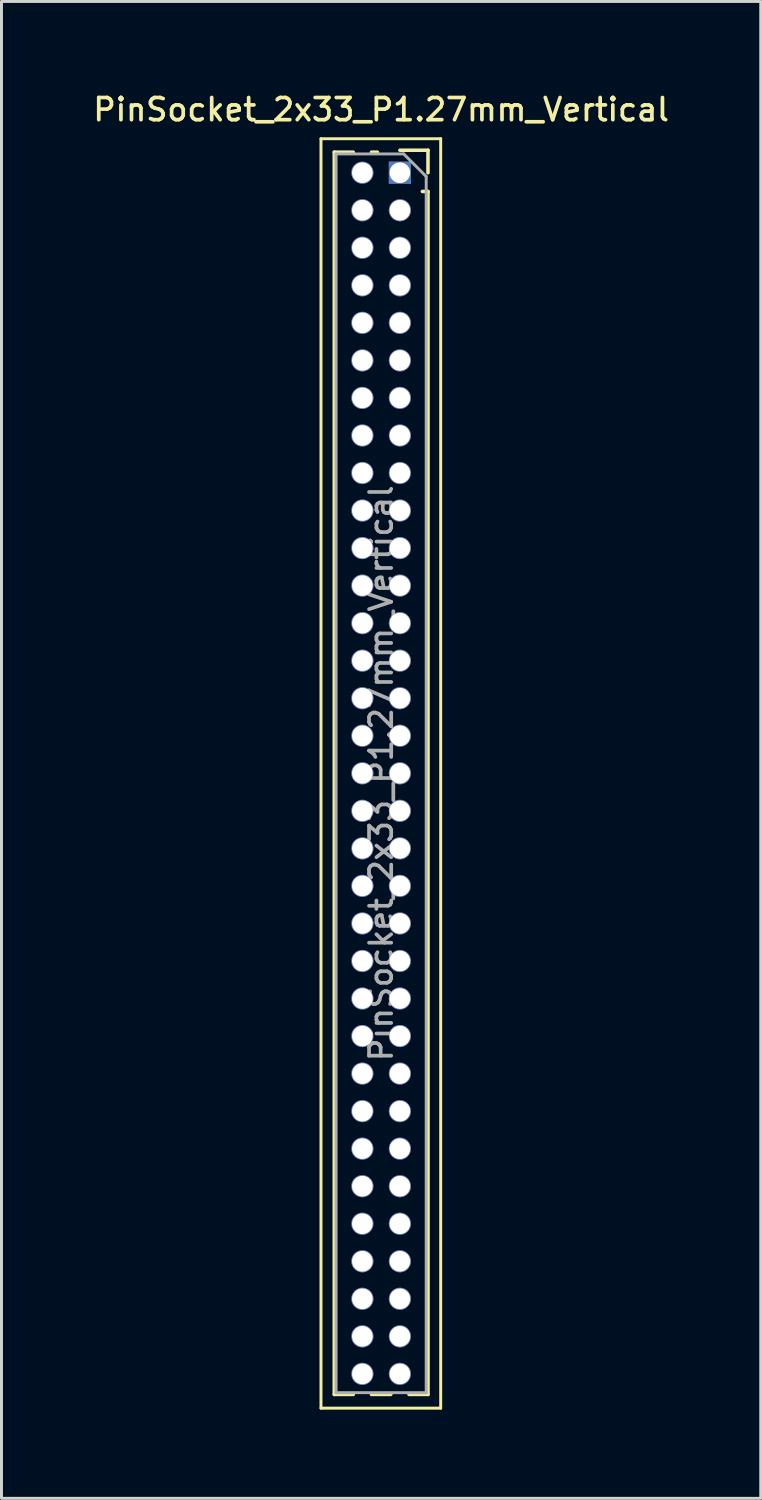
<source format=kicad_pcb>
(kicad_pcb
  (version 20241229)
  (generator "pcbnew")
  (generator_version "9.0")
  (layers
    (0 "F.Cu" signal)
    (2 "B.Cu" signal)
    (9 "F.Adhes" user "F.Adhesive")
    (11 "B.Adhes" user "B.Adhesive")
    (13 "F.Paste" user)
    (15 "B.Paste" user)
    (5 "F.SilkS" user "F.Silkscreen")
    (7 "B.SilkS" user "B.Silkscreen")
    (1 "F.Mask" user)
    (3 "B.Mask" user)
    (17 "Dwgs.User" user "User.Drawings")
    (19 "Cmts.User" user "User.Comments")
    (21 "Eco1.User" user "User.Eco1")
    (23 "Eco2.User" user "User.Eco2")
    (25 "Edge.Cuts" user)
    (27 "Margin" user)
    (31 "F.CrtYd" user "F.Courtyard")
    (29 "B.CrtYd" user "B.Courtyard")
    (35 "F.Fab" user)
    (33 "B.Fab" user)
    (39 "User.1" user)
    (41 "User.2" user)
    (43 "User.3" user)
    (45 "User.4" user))
  (footprint "PinSocket_2x33_P1.27mm_Vertical"
    (layer "F.Cu")
    (at 10.48 2.793)
    (property "Reference" "PinSocket_2x33_P1.27mm_Vertical" (at -0.635 -2.135 0) (layer "F.SilkS") (effects (font (size 0.75 0.75) (thickness 0.125))))
    (attr through_hole)
    (fp_line (start -2.67 -1.15) (end 1.38 -1.15) (stroke (width 0.1) (type solid)) (layer "F.SilkS"))
    (fp_line (start -2.67 41.8) (end -2.67 -1.15) (stroke (width 0.1) (type solid)) (layer "F.SilkS"))
    (fp_line (start -2.22 -0.695) (end -2.22 41.335) (stroke (width 0.12) (type solid)) (layer "F.SilkS"))
    (fp_line (start -2.22 -0.695) (end -1.578 -0.695) (stroke (width 0.12) (type solid)) (layer "F.SilkS"))
    (fp_line (start -2.22 41.335) (end -1.578 41.335) (stroke (width 0.12) (type solid)) (layer "F.SilkS"))
    (fp_line (start -0.962 -0.695) (end -0.76 -0.695) (stroke (width 0.12) (type solid)) (layer "F.SilkS"))
    (fp_line (start -0.962 41.335) (end -0.308 41.335) (stroke (width 0.12) (type solid)) (layer "F.SilkS"))
    (fp_line (start 0 -0.76) (end 0.95 -0.76) (stroke (width 0.12) (type solid)) (layer "F.SilkS"))
    (fp_line (start 0.308 41.335) (end 0.95 41.335) (stroke (width 0.12) (type solid)) (layer "F.SilkS"))
    (fp_line (start 0.76 0.635) (end 0.95 0.635) (stroke (width 0.12) (type solid)) (layer "F.SilkS"))
    (fp_line (start 0.95 -0.76) (end 0.95 0) (stroke (width 0.12) (type solid)) (layer "F.SilkS"))
    (fp_line (start 0.95 0.635) (end 0.95 41.335) (stroke (width 0.12) (type solid)) (layer "F.SilkS"))
    (fp_line (start 1.38 -1.15) (end 1.38 41.8) (stroke (width 0.1) (type solid)) (layer "F.SilkS"))
    (fp_line (start 1.38 41.8) (end -2.67 41.8) (stroke (width 0.1) (type solid)) (layer "F.SilkS"))
    (fp_line (start -2.16 -0.635) (end 0.128 -0.635) (stroke (width 0.1) (type solid)) (layer "F.Fab"))
    (fp_line (start -2.16 41.275) (end -2.16 -0.635) (stroke (width 0.1) (type solid)) (layer "F.Fab"))
    (fp_line (start 0.128 -0.635) (end 0.89 0.128) (stroke (width 0.1) (type solid)) (layer "F.Fab"))
    (fp_line (start 0.89 0.128) (end 0.89 41.275) (stroke (width 0.1) (type solid)) (layer "F.Fab"))
    (fp_line (start 0.89 41.275) (end -2.16 41.275) (stroke (width 0.1) (type solid)) (layer "F.Fab"))
    (fp_text user "${REFERENCE}" (at -0.635 20.32 90) (layer "F.Fab") (effects (font (size 0.75 0.75) (thickness 0.125))))
    (pad "1" thru_hole rect (at 0 0) (size 0.75 0.75) (drill 0.7) (layers "*.Cu" "*.Mask"))
    (pad "2" thru_hole oval (at -1.27 0) (size 0.75 0.75) (drill 0.7) (layers "*.Cu" "*.Mask"))
    (pad "3" thru_hole oval (at 0 1.27) (size 0.75 0.75) (drill 0.7) (layers "*.Cu" "*.Mask"))
    (pad "4" thru_hole oval (at -1.27 1.27) (size 0.75 0.75) (drill 0.7) (layers "*.Cu" "*.Mask"))
    (pad "5" thru_hole oval (at 0 2.54) (size 0.75 0.75) (drill 0.7) (layers "*.Cu" "*.Mask"))
    (pad "6" thru_hole oval (at -1.27 2.54) (size 0.75 0.75) (drill 0.7) (layers "*.Cu" "*.Mask"))
    (pad "7" thru_hole oval (at 0 3.81) (size 0.75 0.75) (drill 0.7) (layers "*.Cu" "*.Mask"))
    (pad "8" thru_hole oval (at -1.27 3.81) (size 0.75 0.75) (drill 0.7) (layers "*.Cu" "*.Mask"))
    (pad "9" thru_hole oval (at 0 5.08) (size 0.75 0.75) (drill 0.7) (layers "*.Cu" "*.Mask"))
    (pad "10" thru_hole oval (at -1.27 5.08) (size 0.75 0.75) (drill 0.7) (layers "*.Cu" "*.Mask"))
    (pad "11" thru_hole oval (at 0 6.35) (size 0.75 0.75) (drill 0.7) (layers "*.Cu" "*.Mask"))
    (pad "12" thru_hole oval (at -1.27 6.35) (size 0.75 0.75) (drill 0.7) (layers "*.Cu" "*.Mask"))
    (pad "13" thru_hole oval (at 0 7.62) (size 0.75 0.75) (drill 0.7) (layers "*.Cu" "*.Mask"))
    (pad "14" thru_hole oval (at -1.27 7.62) (size 0.75 0.75) (drill 0.7) (layers "*.Cu" "*.Mask"))
    (pad "15" thru_hole oval (at 0 8.89) (size 0.75 0.75) (drill 0.7) (layers "*.Cu" "*.Mask"))
    (pad "16" thru_hole oval (at -1.27 8.89) (size 0.75 0.75) (drill 0.7) (layers "*.Cu" "*.Mask"))
    (pad "17" thru_hole oval (at 0 10.16) (size 0.75 0.75) (drill 0.7) (layers "*.Cu" "*.Mask"))
    (pad "18" thru_hole oval (at -1.27 10.16) (size 0.75 0.75) (drill 0.7) (layers "*.Cu" "*.Mask"))
    (pad "19" thru_hole oval (at 0 11.43) (size 0.75 0.75) (drill 0.7) (layers "*.Cu" "*.Mask"))
    (pad "20" thru_hole oval (at -1.27 11.43) (size 0.75 0.75) (drill 0.7) (layers "*.Cu" "*.Mask"))
    (pad "21" thru_hole oval (at 0 12.7) (size 0.75 0.75) (drill 0.7) (layers "*.Cu" "*.Mask"))
    (pad "22" thru_hole oval (at -1.27 12.7) (size 0.75 0.75) (drill 0.7) (layers "*.Cu" "*.Mask"))
    (pad "23" thru_hole oval (at 0 13.97) (size 0.75 0.75) (drill 0.7) (layers "*.Cu" "*.Mask"))
    (pad "24" thru_hole oval (at -1.27 13.97) (size 0.75 0.75) (drill 0.7) (layers "*.Cu" "*.Mask"))
    (pad "25" thru_hole oval (at 0 15.24) (size 0.75 0.75) (drill 0.7) (layers "*.Cu" "*.Mask"))
    (pad "26" thru_hole oval (at -1.27 15.24) (size 0.75 0.75) (drill 0.7) (layers "*.Cu" "*.Mask"))
    (pad "27" thru_hole oval (at 0 16.51) (size 0.75 0.75) (drill 0.7) (layers "*.Cu" "*.Mask"))
    (pad "28" thru_hole oval (at -1.27 16.51) (size 0.75 0.75) (drill 0.7) (layers "*.Cu" "*.Mask"))
    (pad "29" thru_hole oval (at 0 17.78) (size 0.75 0.75) (drill 0.7) (layers "*.Cu" "*.Mask"))
    (pad "30" thru_hole oval (at -1.27 17.78) (size 0.75 0.75) (drill 0.7) (layers "*.Cu" "*.Mask"))
    (pad "31" thru_hole oval (at 0 19.05) (size 0.75 0.75) (drill 0.7) (layers "*.Cu" "*.Mask"))
    (pad "32" thru_hole oval (at -1.27 19.05) (size 0.75 0.75) (drill 0.7) (layers "*.Cu" "*.Mask"))
    (pad "33" thru_hole oval (at 0 20.32) (size 0.75 0.75) (drill 0.7) (layers "*.Cu" "*.Mask"))
    (pad "34" thru_hole oval (at -1.27 20.32) (size 0.75 0.75) (drill 0.7) (layers "*.Cu" "*.Mask"))
    (pad "35" thru_hole oval (at 0 21.59) (size 0.75 0.75) (drill 0.7) (layers "*.Cu" "*.Mask"))
    (pad "36" thru_hole oval (at -1.27 21.59) (size 0.75 0.75) (drill 0.7) (layers "*.Cu" "*.Mask"))
    (pad "37" thru_hole oval (at 0 22.86) (size 0.75 0.75) (drill 0.7) (layers "*.Cu" "*.Mask"))
    (pad "38" thru_hole oval (at -1.27 22.86) (size 0.75 0.75) (drill 0.7) (layers "*.Cu" "*.Mask"))
    (pad "39" thru_hole oval (at 0 24.13) (size 0.75 0.75) (drill 0.7) (layers "*.Cu" "*.Mask"))
    (pad "40" thru_hole oval (at -1.27 24.13) (size 0.75 0.75) (drill 0.7) (layers "*.Cu" "*.Mask"))
    (pad "41" thru_hole oval (at 0 25.4) (size 0.75 0.75) (drill 0.7) (layers "*.Cu" "*.Mask"))
    (pad "42" thru_hole oval (at -1.27 25.4) (size 0.75 0.75) (drill 0.7) (layers "*.Cu" "*.Mask"))
    (pad "43" thru_hole oval (at 0 26.67) (size 0.75 0.75) (drill 0.7) (layers "*.Cu" "*.Mask"))
    (pad "44" thru_hole oval (at -1.27 26.67) (size 0.75 0.75) (drill 0.7) (layers "*.Cu" "*.Mask"))
    (pad "45" thru_hole oval (at 0 27.94) (size 0.75 0.75) (drill 0.7) (layers "*.Cu" "*.Mask"))
    (pad "46" thru_hole oval (at -1.27 27.94) (size 0.75 0.75) (drill 0.7) (layers "*.Cu" "*.Mask"))
    (pad "47" thru_hole oval (at 0 29.21) (size 0.75 0.75) (drill 0.7) (layers "*.Cu" "*.Mask"))
    (pad "48" thru_hole oval (at -1.27 29.21) (size 0.75 0.75) (drill 0.7) (layers "*.Cu" "*.Mask"))
    (pad "49" thru_hole oval (at 0 30.48) (size 0.75 0.75) (drill 0.7) (layers "*.Cu" "*.Mask"))
    (pad "50" thru_hole oval (at -1.27 30.48) (size 0.75 0.75) (drill 0.7) (layers "*.Cu" "*.Mask"))
    (pad "51" thru_hole oval (at 0 31.75) (size 0.75 0.75) (drill 0.7) (layers "*.Cu" "*.Mask"))
    (pad "52" thru_hole oval (at -1.27 31.75) (size 0.75 0.75) (drill 0.7) (layers "*.Cu" "*.Mask"))
    (pad "53" thru_hole oval (at 0 33.02) (size 0.75 0.75) (drill 0.7) (layers "*.Cu" "*.Mask"))
    (pad "54" thru_hole oval (at -1.27 33.02) (size 0.75 0.75) (drill 0.7) (layers "*.Cu" "*.Mask"))
    (pad "55" thru_hole oval (at 0 34.29) (size 0.75 0.75) (drill 0.7) (layers "*.Cu" "*.Mask"))
    (pad "56" thru_hole oval (at -1.27 34.29) (size 0.75 0.75) (drill 0.7) (layers "*.Cu" "*.Mask"))
    (pad "57" thru_hole oval (at 0 35.56) (size 0.75 0.75) (drill 0.7) (layers "*.Cu" "*.Mask"))
    (pad "58" thru_hole oval (at -1.27 35.56) (size 0.75 0.75) (drill 0.7) (layers "*.Cu" "*.Mask"))
    (pad "59" thru_hole oval (at 0 36.83) (size 0.75 0.75) (drill 0.7) (layers "*.Cu" "*.Mask"))
    (pad "60" thru_hole oval (at -1.27 36.83) (size 0.75 0.75) (drill 0.7) (layers "*.Cu" "*.Mask"))
    (pad "61" thru_hole oval (at 0 38.1) (size 0.75 0.75) (drill 0.7) (layers "*.Cu" "*.Mask"))
    (pad "62" thru_hole oval (at -1.27 38.1) (size 0.75 0.75) (drill 0.7) (layers "*.Cu" "*.Mask"))
    (pad "63" thru_hole oval (at 0 39.37) (size 0.75 0.75) (drill 0.7) (layers "*.Cu" "*.Mask"))
    (pad "64" thru_hole oval (at -1.27 39.37) (size 0.75 0.75) (drill 0.7) (layers "*.Cu" "*.Mask"))
    (pad "65" thru_hole oval (at 0 40.64) (size 0.75 0.75) (drill 0.7) (layers "*.Cu" "*.Mask"))
    (pad "66" thru_hole oval (at -1.27 40.64) (size 0.75 0.75) (drill 0.7) (layers "*.Cu" "*.Mask")))
  (gr_rect
    (start -3 -3)
    (end 22.689 47.643)
    (stroke (width 0.1) (type default))
    (fill no)
    (layer "Edge.Cuts")))
</source>
